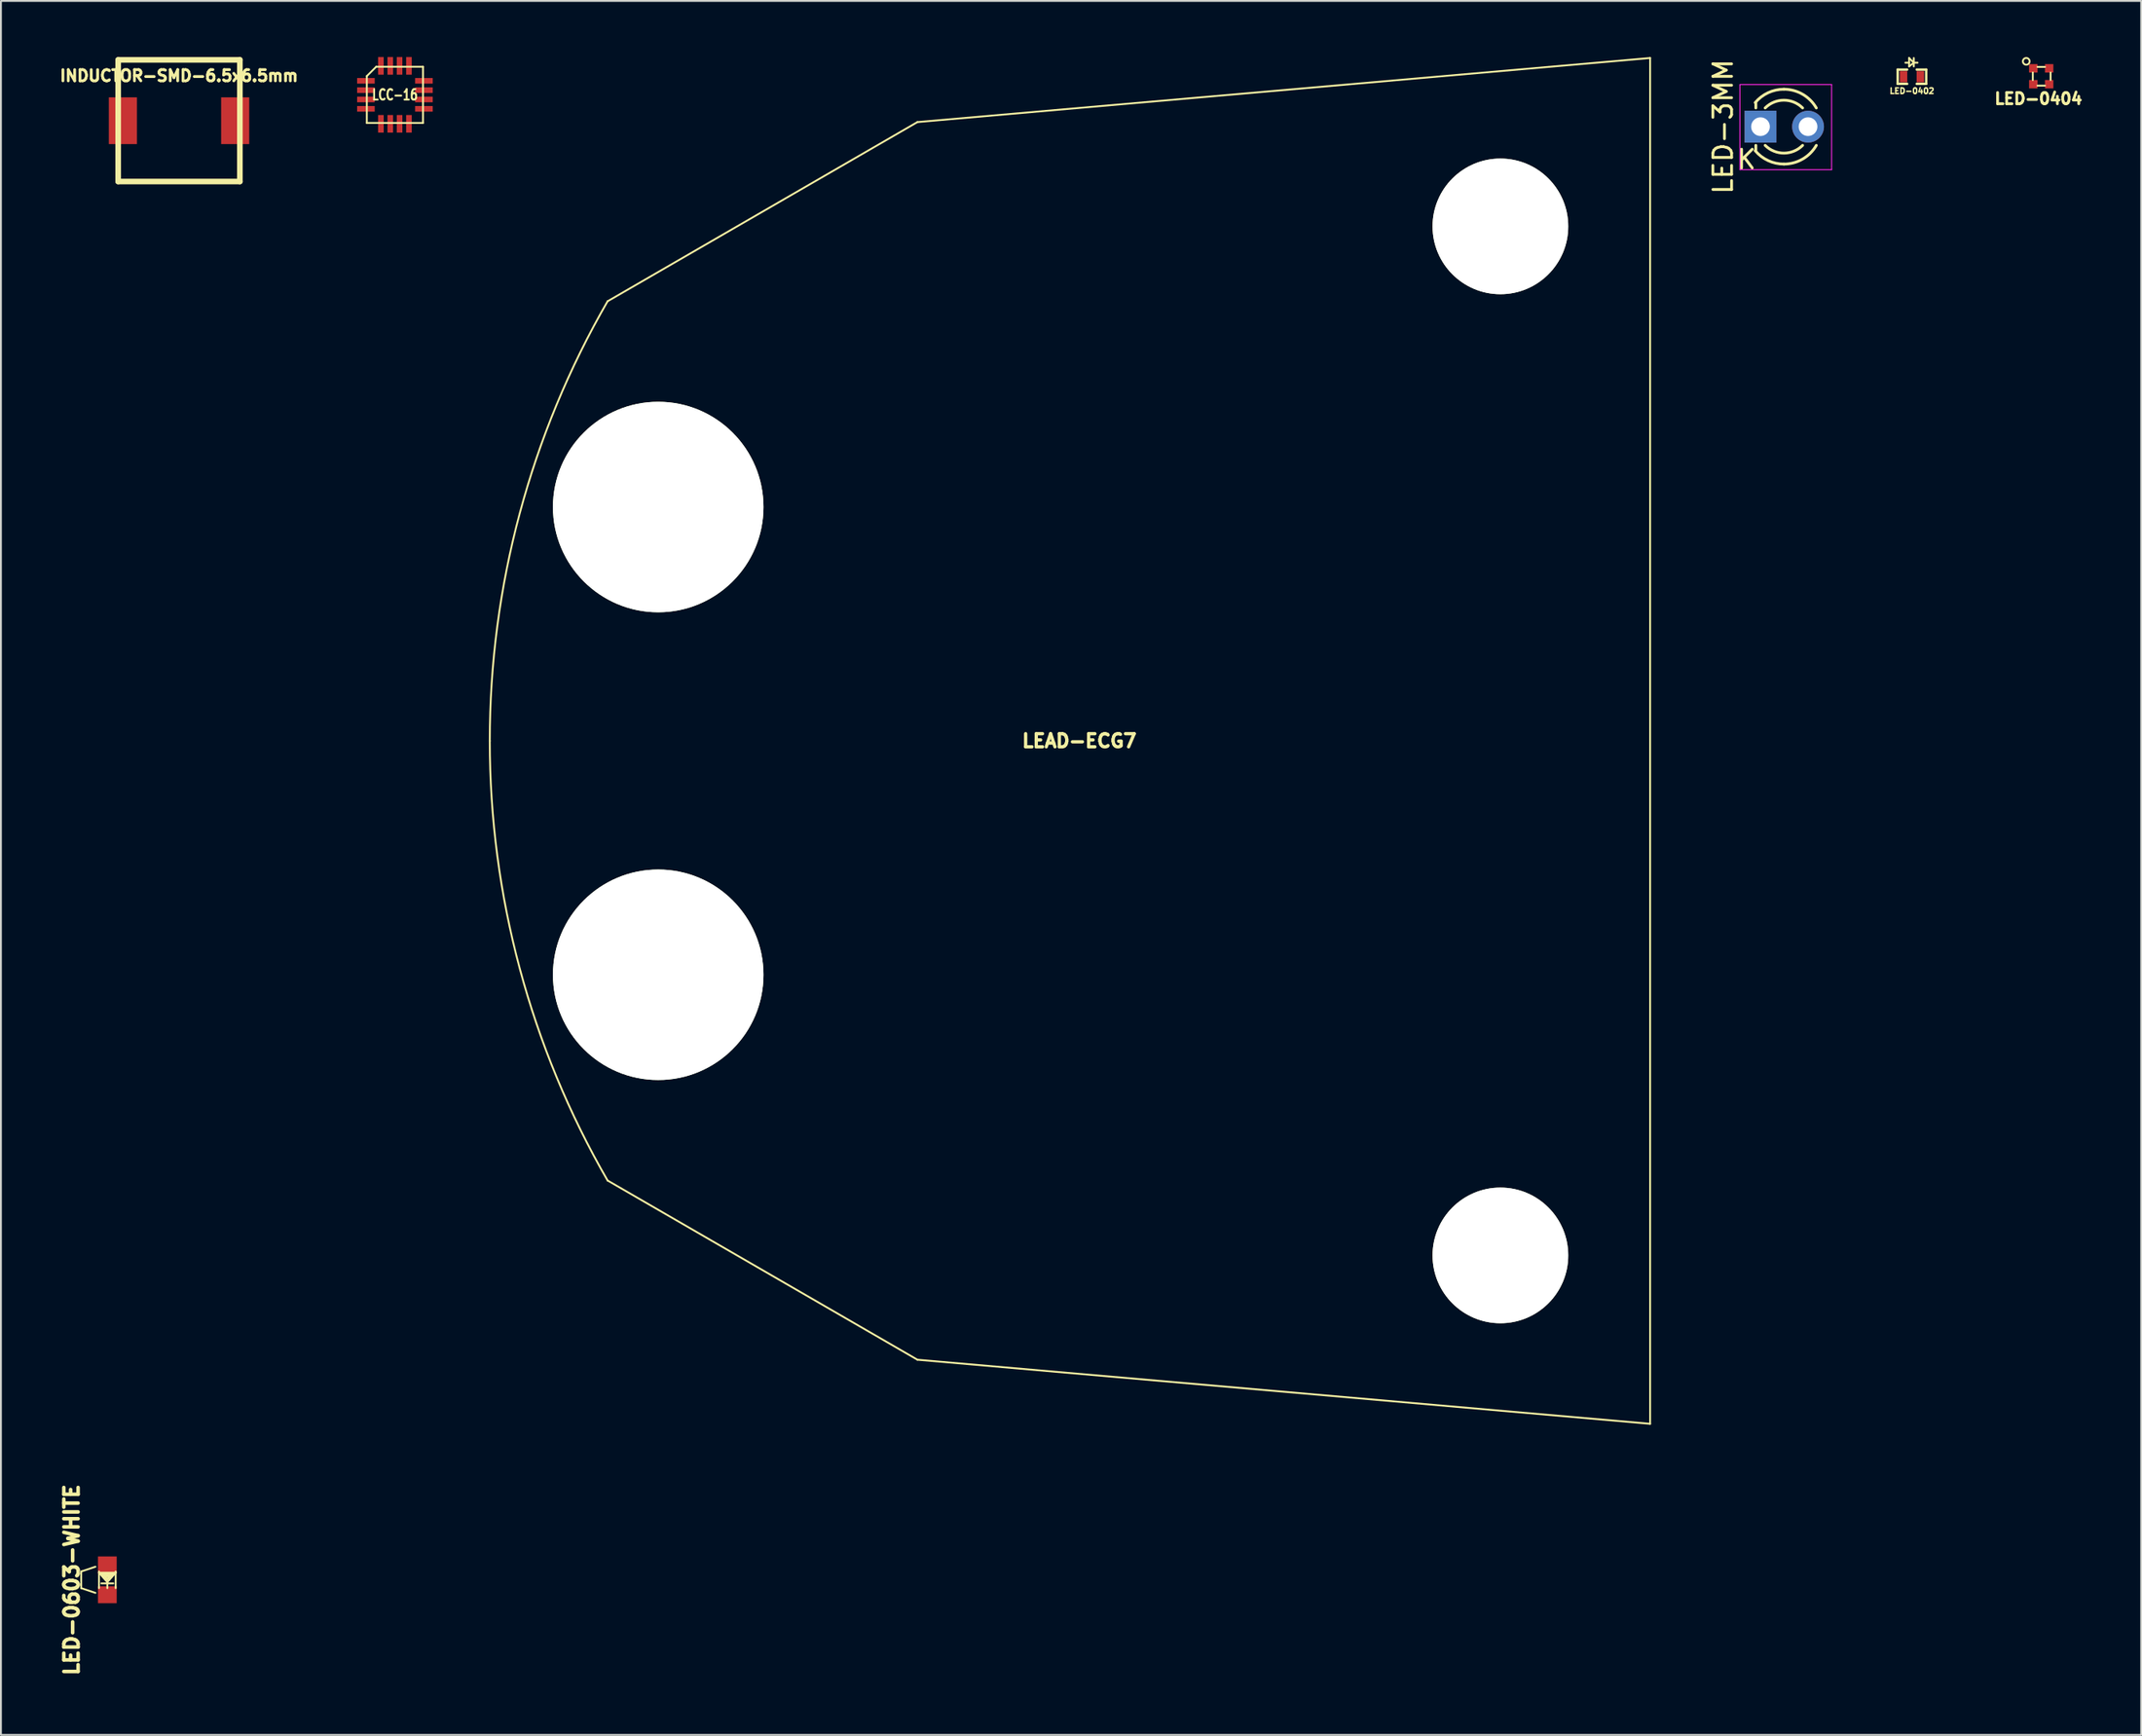
<source format=kicad_pcb>
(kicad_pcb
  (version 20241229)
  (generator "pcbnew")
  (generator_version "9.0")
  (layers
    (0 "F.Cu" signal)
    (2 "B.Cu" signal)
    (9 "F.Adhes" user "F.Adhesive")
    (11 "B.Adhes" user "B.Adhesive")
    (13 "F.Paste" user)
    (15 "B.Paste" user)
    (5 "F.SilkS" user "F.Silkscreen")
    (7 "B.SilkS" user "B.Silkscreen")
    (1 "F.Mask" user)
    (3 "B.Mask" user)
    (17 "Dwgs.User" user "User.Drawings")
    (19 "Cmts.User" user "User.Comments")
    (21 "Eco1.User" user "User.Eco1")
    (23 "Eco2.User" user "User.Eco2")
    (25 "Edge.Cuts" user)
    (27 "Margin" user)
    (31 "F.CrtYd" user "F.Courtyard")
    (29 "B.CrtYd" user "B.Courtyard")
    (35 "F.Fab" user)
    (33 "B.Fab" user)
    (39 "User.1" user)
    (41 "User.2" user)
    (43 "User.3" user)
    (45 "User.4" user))
  (footprint "INDUCTOR-SMD-6.5x6.5mm"
    (layer "F.Cu")
    (at 6.516 3.401)
    (property "Reference" "INDUCTOR-SMD-6.5x6.5mm" (at 0 -2.4 0) (layer "F.SilkS") (effects (font (size 0.599 0.599) (thickness 0.15))))
    (attr through_hole)
    (fp_line (start -3.251 3.251) (end -3.251 -3.251) (stroke (width 0.3) (type solid)) (layer "F.SilkS"))
    (fp_line (start 3.251 -3.251) (end -3.251 -3.251) (stroke (width 0.3) (type solid)) (layer "F.SilkS"))
    (fp_line (start 3.251 -3.251) (end 3.251 3.251) (stroke (width 0.3) (type solid)) (layer "F.SilkS"))
    (fp_line (start 3.251 3.251) (end -3.251 3.251) (stroke (width 0.3) (type solid)) (layer "F.SilkS"))
    (pad "1" smd rect (at -3 0) (size 1.501 2.499) (layers "F.Cu" "F.Mask" "F.Paste"))
    (pad "2" smd rect (at 3 0) (size 1.501 2.499) (layers "F.Cu" "F.Mask" "F.Paste")))
  (footprint "LED-0603-WHITE"
    (layer "F.Cu")
    (at 2.685 81.389)
    (property "Reference" "LED-0603-WHITE" (at -1.905 0 90) (layer "F.SilkS") (effects (font (size 0.762 0.762) (thickness 0.191))))
    (attr through_hole)
    (fp_line (start -1.397 -0.445) (end -0.635 -0.699) (stroke (width 0.099) (type solid)) (layer "F.SilkS"))
    (fp_line (start -1.397 0.445) (end -1.397 -0.445) (stroke (width 0.099) (type solid)) (layer "F.SilkS"))
    (fp_line (start -0.635 0.699) (end -1.397 0.445) (stroke (width 0.099) (type solid)) (layer "F.SilkS"))
    (fp_line (start -0.445 -0.381) (end 0.445 -0.381) (stroke (width 0.099) (type solid)) (layer "F.SilkS"))
    (fp_line (start -0.445 0.445) (end -0.445 -0.445) (stroke (width 0.099) (type solid)) (layer "F.SilkS"))
    (fp_line (start -0.318 -0.318) (end 0 0) (stroke (width 0.099) (type solid)) (layer "F.SilkS"))
    (fp_line (start -0.191 -0.254) (end 0 -0.064) (stroke (width 0.099) (type solid)) (layer "F.SilkS"))
    (fp_line (start 0 -0.064) (end 0.127 -0.191) (stroke (width 0.099) (type solid)) (layer "F.SilkS"))
    (fp_line (start 0 0) (end 0.254 -0.254) (stroke (width 0.099) (type solid)) (layer "F.SilkS"))
    (fp_line (start 0 0.127) (end -0.445 -0.381) (stroke (width 0.099) (type solid)) (layer "F.SilkS"))
    (fp_line (start 0 0.254) (end 0 0.445) (stroke (width 0.099) (type solid)) (layer "F.SilkS"))
    (fp_line (start 0.127 -0.191) (end -0.064 -0.191) (stroke (width 0.099) (type solid)) (layer "F.SilkS"))
    (fp_line (start 0.254 -0.254) (end -0.191 -0.254) (stroke (width 0.099) (type solid)) (layer "F.SilkS"))
    (fp_line (start 0.318 -0.318) (end -0.318 -0.318) (stroke (width 0.099) (type solid)) (layer "F.SilkS"))
    (fp_line (start 0.318 0.191) (end -0.318 0.191) (stroke (width 0.099) (type solid)) (layer "F.SilkS"))
    (fp_line (start 0.445 -0.445) (end 0.445 0.445) (stroke (width 0.099) (type solid)) (layer "F.SilkS"))
    (fp_line (start 0.445 -0.381) (end 0 0.127) (stroke (width 0.099) (type solid)) (layer "F.SilkS"))
    (pad "1" smd rect (at 0 -0.8) (size 1.001 0.899) (layers "F.Cu" "F.Mask" "F.Paste"))
    (pad "2" smd rect (at 0 0.8) (size 1.001 0.899) (layers "F.Cu" "F.Mask" "F.Paste")))
  (footprint "LED-3MM"
    (layer "F.Cu")
    (at 91.018 3.72)
    (property "Reference" "LED-3MM" (at -2 0 90) (layer "F.SilkS") (effects (font (size 1 1) (thickness 0.15))))
    (attr through_hole)
    (fp_line (start -0.25 -1) (end -0.25 -1.25) (stroke (width 0.15) (type solid)) (layer "F.SilkS"))
    (fp_line (start -0.25 1.25) (end -0.25 1) (stroke (width 0.15) (type solid)) (layer "F.SilkS"))
    (fp_arc (start -0.282089 -1.285575) (mid 0.404763 -1.812615) (end 1.25 -2) (stroke (width 0.15) (type solid)) (layer "F.SilkS"))
    (fp_arc (start 0.25 -1) (mid 1.25 -1.414214) (end 2.25 -1) (stroke (width 0.15) (type solid)) (layer "F.SilkS"))
    (fp_arc (start 1.25 -2) (mid 2.25 -1.732051) (end 2.982051 -1) (stroke (width 0.15) (type solid)) (layer "F.SilkS"))
    (fp_arc (start 1.25 2) (mid 0.404763 1.812616) (end -0.282089 1.285575) (stroke (width 0.15) (type solid)) (layer "F.SilkS"))
    (fp_arc (start 2.25 1) (mid 1.25 1.414214) (end 0.25 1) (stroke (width 0.15) (type solid)) (layer "F.SilkS"))
    (fp_arc (start 2.982051 1) (mid 2.25 1.732051) (end 1.25 2) (stroke (width 0.15) (type solid)) (layer "F.SilkS"))
    (fp_line (start -1.1 -2.25) (end -1.1 2.3) (stroke (width 0.05) (type solid)) (layer "F.CrtYd"))
    (fp_line (start -1.1 -2.25) (end 3.8 -2.25) (stroke (width 0.05) (type solid)) (layer "F.CrtYd"))
    (fp_line (start -1.1 2.3) (end 3.8 2.3) (stroke (width 0.05) (type solid)) (layer "F.CrtYd"))
    (fp_line (start 3.8 -2.25) (end 3.8 2.3) (stroke (width 0.05) (type solid)) (layer "F.CrtYd"))
    (fp_text user "K" (at -0.75 1.75 0) (layer "F.SilkS") (effects (font (size 1 1) (thickness 0.15))))
    (pad "1" thru_hole rect (at 0 0 90) (size 1.7 1.7) (drill 1) (layers "*.Cu" "*.Mask"))
    (pad "2" thru_hole circle (at 2.54 0) (size 1.7 1.7) (drill 1) (layers "*.Cu" "*.Mask")))
  (footprint "LED-0402"
    (layer "F.Cu")
    (at 99.11 1.05)
    (property "Reference" "LED-0402" (at 0 0.762 0) (layer "F.SilkS") (effects (font (size 0.305 0.305) (thickness 0.076))))
    (attr smd)
    (fp_line (start -0.762 -0.381) (end -0.762 0.381) (stroke (width 0.127) (type solid)) (layer "F.SilkS"))
    (fp_line (start -0.762 0.381) (end -0.254 0.381) (stroke (width 0.127) (type solid)) (layer "F.SilkS"))
    (fp_line (start -0.254 -0.381) (end -0.762 -0.381) (stroke (width 0.127) (type solid)) (layer "F.SilkS"))
    (fp_line (start -0.15 -0.998) (end 0.099 -0.749) (stroke (width 0.099) (type solid)) (layer "F.SilkS"))
    (fp_line (start -0.15 -0.749) (end -0.351 -0.749) (stroke (width 0.099) (type solid)) (layer "F.SilkS"))
    (fp_line (start -0.15 -0.551) (end -0.15 -1.001) (stroke (width 0.099) (type solid)) (layer "F.SilkS"))
    (fp_line (start 0.099 -0.998) (end 0.099 -0.549) (stroke (width 0.099) (type solid)) (layer "F.SilkS"))
    (fp_line (start 0.099 -0.749) (end -0.15 -0.549) (stroke (width 0.099) (type solid)) (layer "F.SilkS"))
    (fp_line (start 0.099 -0.749) (end 0.3 -0.749) (stroke (width 0.099) (type solid)) (layer "F.SilkS"))
    (fp_line (start 0.254 -0.381) (end 0.762 -0.381) (stroke (width 0.127) (type solid)) (layer "F.SilkS"))
    (fp_line (start 0.762 -0.381) (end 0.762 0.381) (stroke (width 0.127) (type solid)) (layer "F.SilkS"))
    (fp_line (start 0.762 0.381) (end 0.254 0.381) (stroke (width 0.127) (type solid)) (layer "F.SilkS"))
    (pad "1" smd rect (at -0.45 0) (size 0.399 0.599) (layers "F.Cu" "F.Mask" "F.Paste"))
    (pad "2" smd rect (at 0.45 0) (size 0.399 0.599) (layers "F.Cu" "F.Mask" "F.Paste")))
  (footprint "LEAD-ECG7"
    (layer "F.Cu")
    (at 54.62 36.55)
    (property "Reference" "LEAD-ECG7" (at 0 0 0) (layer "F.SilkS") (effects (font (size 0.7 0.7) (thickness 0.175))))
    (attr through_hole)
    (fp_line (start -8.65 -33.075) (end -25.2 -23.5) (stroke (width 0.099) (type solid)) (layer "F.SilkS"))
    (fp_line (start -8.65 -33.075) (end 30.5 -36.5) (stroke (width 0.099) (type solid)) (layer "F.SilkS"))
    (fp_line (start -8.65 33.075) (end -25.2 23.5) (stroke (width 0.099) (type solid)) (layer "F.SilkS"))
    (fp_line (start -8.65 33.075) (end 30.5 36.5) (stroke (width 0.099) (type solid)) (layer "F.SilkS"))
    (fp_line (start 30.5 -36.5) (end 30.5 36.5) (stroke (width 0.099) (type solid)) (layer "F.SilkS"))
    (fp_arc (start -31.5 0) (mid -29.898514 -12.164495) (end -25.203194 -23.5) (stroke (width 0.09906) (type solid)) (layer "F.SilkS"))
    (fp_arc (start -25.203194 23.5) (mid -29.898514 12.164495) (end -31.5 0) (stroke (width 0.09906) (type solid)) (layer "F.SilkS"))
    (pad "" np_thru_hole circle (at -22.5 -12.5) (size 11.25 11.25) (drill 11.25) (layers "*.Cu" "*.Mask" "F.SilkS"))
    (pad "" np_thru_hole circle (at -22.5 12.5) (size 11.25 11.25) (drill 11.25) (layers "*.Cu" "*.Mask" "F.SilkS"))
    (pad "" np_thru_hole circle (at 22.5 -27.5) (size 7.25 7.25) (drill 7.25) (layers "*.Cu" "*.Mask" "F.SilkS"))
    (pad "" np_thru_hole circle (at 22.5 27.5) (size 7.25 7.25) (drill 7.25) (layers "*.Cu" "*.Mask" "F.SilkS")))
  (footprint "LED-0404"
    (layer "F.Cu")
    (at 106.018 1.027)
    (property "Reference" "LED-0404" (at -0.15 1.199 0) (layer "F.SilkS") (effects (font (size 0.599 0.599) (thickness 0.15))))
    (attr through_hole)
    (fp_line (start -0.45 -0.201) (end -0.45 0.201) (stroke (width 0.099) (type solid)) (layer "F.SilkS"))
    (fp_line (start -0.201 -0.5) (end 0.201 -0.5) (stroke (width 0.099) (type solid)) (layer "F.SilkS"))
    (fp_line (start -0.201 0.5) (end 0.201 0.5) (stroke (width 0.099) (type solid)) (layer "F.SilkS"))
    (fp_line (start 0.5 0.201) (end 0.5 -0.201) (stroke (width 0.099) (type solid)) (layer "F.SilkS"))
    (fp_circle (center -0.8 -0.798) (end -0.65 -0.699) (stroke (width 0.099) (type solid)) (fill no) (layer "F.SilkS"))
    (pad "1" smd rect (at -0.424 -0.424) (size 0.45 0.45) (layers "F.Cu" "F.Mask" "F.Paste"))
    (pad "2" smd rect (at 0.424 -0.424) (size 0.45 0.45) (layers "F.Cu" "F.Mask" "F.Paste"))
    (pad "3" smd rect (at 0.424 0.424) (size 0.45 0.45) (layers "F.Cu" "F.Mask" "F.Paste"))
    (pad "4" smd rect (at -0.424 0.424) (size 0.45 0.45) (layers "F.Cu" "F.Mask" "F.Paste")))
  (footprint "LCC-16"
    (layer "F.Cu")
    (at 18.051 2.019)
    (property "Reference" "LCC-16" (at 0 0 0) (layer "F.SilkS") (effects (font (size 0.559 0.406) (thickness 0.102))))
    (attr through_hole)
    (fp_line (start -1.501 -1.001) (end -1.001 -1.501) (stroke (width 0.099) (type solid)) (layer "F.SilkS"))
    (fp_line (start -1.501 1.501) (end -1.501 -1.001) (stroke (width 0.099) (type solid)) (layer "F.SilkS"))
    (fp_line (start -1.001 -1.501) (end 1.501 -1.501) (stroke (width 0.099) (type solid)) (layer "F.SilkS"))
    (fp_line (start 1.501 -1.501) (end 1.501 1.501) (stroke (width 0.099) (type solid)) (layer "F.SilkS"))
    (fp_line (start 1.501 1.501) (end -1.501 1.501) (stroke (width 0.099) (type solid)) (layer "F.SilkS"))
    (pad "1" smd rect (at -1.549 -0.749 270) (size 0.3 0.94) (layers "F.Cu" "F.Mask" "F.Paste"))
    (pad "2" smd rect (at -1.549 -0.249 270) (size 0.3 0.94) (layers "F.Cu" "F.Mask" "F.Paste"))
    (pad "3" smd rect (at -1.549 0.249 270) (size 0.3 0.94) (layers "F.Cu" "F.Mask" "F.Paste"))
    (pad "4" smd rect (at -1.549 0.749 270) (size 0.3 0.94) (layers "F.Cu" "F.Mask" "F.Paste"))
    (pad "5" smd rect (at -0.749 1.549) (size 0.3 0.94) (layers "F.Cu" "F.Mask" "F.Paste"))
    (pad "6" smd rect (at -0.249 1.549) (size 0.3 0.94) (layers "F.Cu" "F.Mask" "F.Paste"))
    (pad "7" smd rect (at 0.249 1.549) (size 0.3 0.94) (layers "F.Cu" "F.Mask" "F.Paste"))
    (pad "8" smd rect (at 0.749 1.549) (size 0.3 0.94) (layers "F.Cu" "F.Mask" "F.Paste"))
    (pad "9" smd rect (at 1.549 0.749 270) (size 0.3 0.94) (layers "F.Cu" "F.Mask" "F.Paste"))
    (pad "10" smd rect (at 1.549 0.249 270) (size 0.3 0.94) (layers "F.Cu" "F.Mask" "F.Paste"))
    (pad "11" smd rect (at 1.549 -0.249 270) (size 0.3 0.94) (layers "F.Cu" "F.Mask" "F.Paste"))
    (pad "12" smd rect (at 1.549 -0.749 270) (size 0.3 0.94) (layers "F.Cu" "F.Mask" "F.Paste"))
    (pad "13" smd rect (at 0.749 -1.549) (size 0.3 0.94) (layers "F.Cu" "F.Mask" "F.Paste"))
    (pad "14" smd rect (at 0.249 -1.549) (size 0.3 0.94) (layers "F.Cu" "F.Mask" "F.Paste"))
    (pad "15" smd rect (at -0.249 -1.549) (size 0.3 0.94) (layers "F.Cu" "F.Mask" "F.Paste"))
    (pad "16" smd rect (at -0.749 -1.549) (size 0.3 0.94) (layers "F.Cu" "F.Mask" "F.Paste")))
  (gr_rect
    (start -3 -3)
    (end 111.359 89.678)
    (stroke (width 0.1) (type default))
    (fill no)
    (layer "Edge.Cuts")))
</source>
